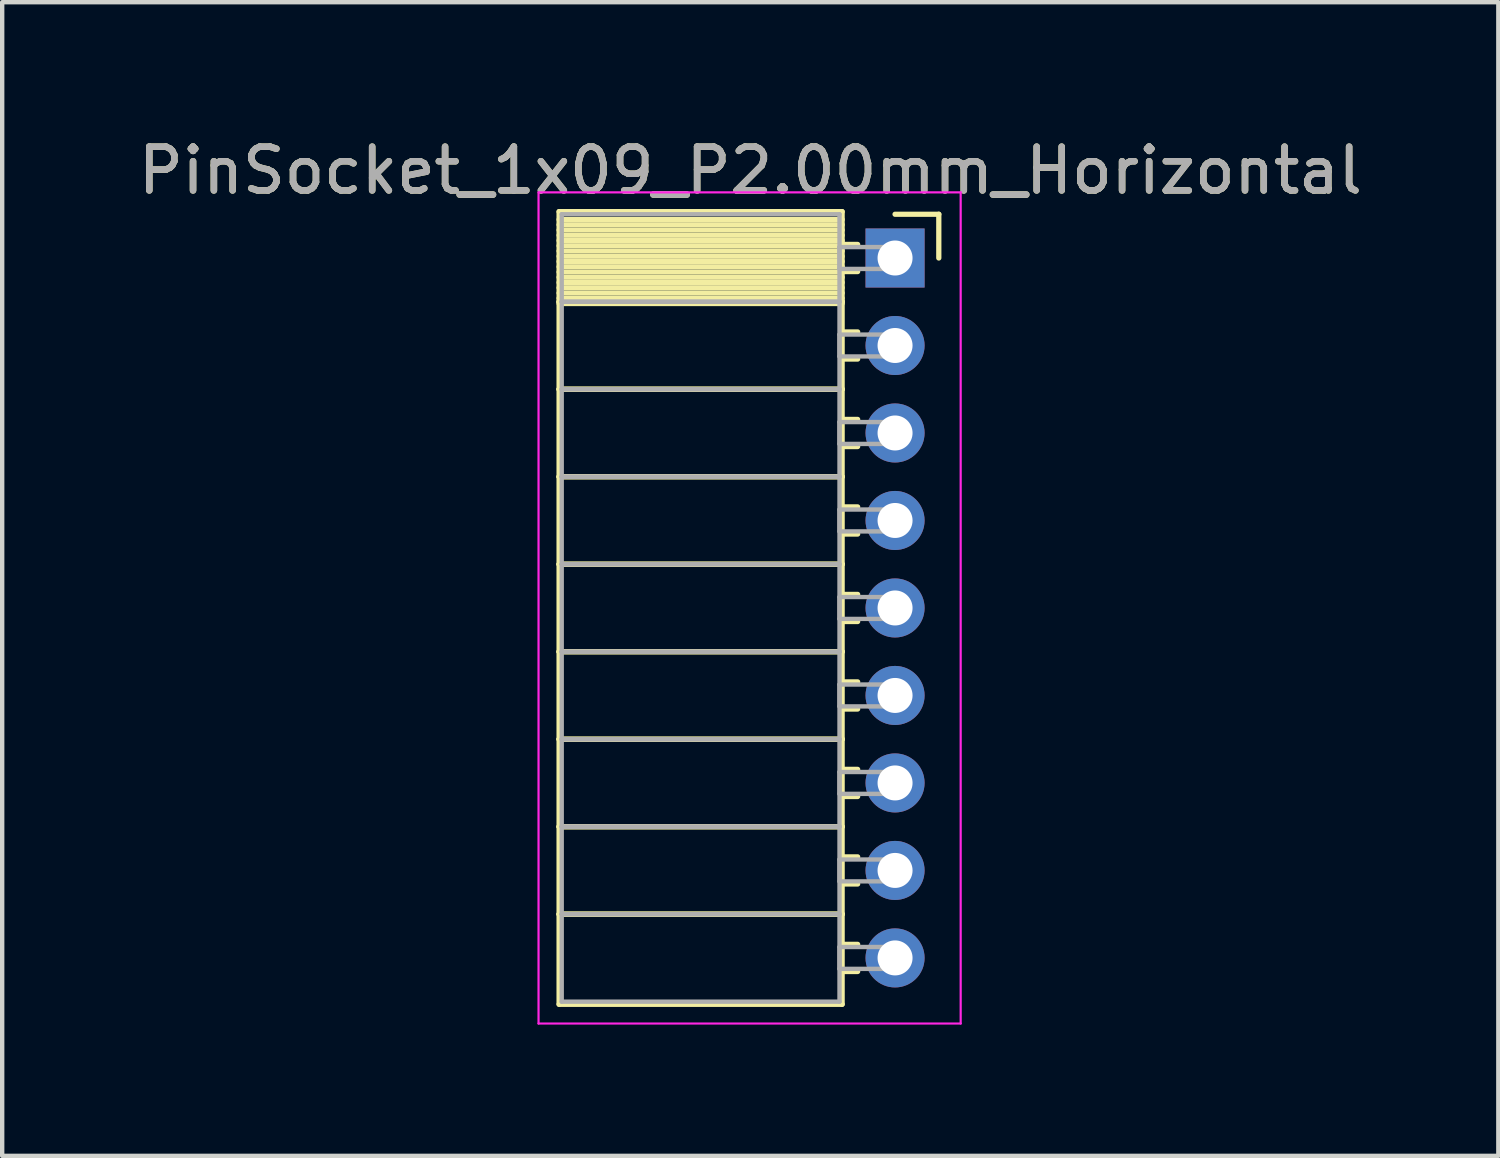
<source format=kicad_pcb>
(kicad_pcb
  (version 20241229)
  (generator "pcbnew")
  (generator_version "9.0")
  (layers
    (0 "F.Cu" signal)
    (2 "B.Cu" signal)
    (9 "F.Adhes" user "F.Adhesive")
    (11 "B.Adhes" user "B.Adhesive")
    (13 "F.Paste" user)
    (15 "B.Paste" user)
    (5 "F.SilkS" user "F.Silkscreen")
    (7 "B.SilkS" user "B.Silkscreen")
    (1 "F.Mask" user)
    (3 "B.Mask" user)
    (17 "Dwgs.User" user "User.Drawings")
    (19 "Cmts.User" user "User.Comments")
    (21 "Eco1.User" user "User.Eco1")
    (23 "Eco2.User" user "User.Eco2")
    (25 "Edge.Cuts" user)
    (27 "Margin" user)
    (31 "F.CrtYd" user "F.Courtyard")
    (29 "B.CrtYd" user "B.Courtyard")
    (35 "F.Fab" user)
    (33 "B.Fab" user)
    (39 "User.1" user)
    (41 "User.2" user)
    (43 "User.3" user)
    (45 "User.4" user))
  (footprint "PinSocket_1x09_P2.00mm_Horizontal"
    (layer "F.Cu")
    (at 17.411 2.848)
    (property "Reference" "PinSocket_1x09_P2.00mm_Horizontal" (at -3.31 -2 0) (layer "F.SilkS") (effects (font (size 1 1) (thickness 0.15))))
    (attr through_hole)
    (fp_line (start -7.68 -1.06) (end -1.21 -1.06) (stroke (width 0.12) (type solid)) (layer "F.SilkS"))
    (fp_line (start -7.68 1) (end -7.68 -1.06) (stroke (width 0.12) (type solid)) (layer "F.SilkS"))
    (fp_line (start -7.68 1) (end -1.21 1) (stroke (width 0.12) (type solid)) (layer "F.SilkS"))
    (fp_line (start -7.68 3) (end -7.68 1) (stroke (width 0.12) (type solid)) (layer "F.SilkS"))
    (fp_line (start -7.68 3) (end -1.21 3) (stroke (width 0.12) (type solid)) (layer "F.SilkS"))
    (fp_line (start -7.68 5) (end -7.68 3) (stroke (width 0.12) (type solid)) (layer "F.SilkS"))
    (fp_line (start -7.68 5) (end -1.21 5) (stroke (width 0.12) (type solid)) (layer "F.SilkS"))
    (fp_line (start -7.68 7) (end -7.68 5) (stroke (width 0.12) (type solid)) (layer "F.SilkS"))
    (fp_line (start -7.68 7) (end -1.21 7) (stroke (width 0.12) (type solid)) (layer "F.SilkS"))
    (fp_line (start -7.68 9) (end -7.68 7) (stroke (width 0.12) (type solid)) (layer "F.SilkS"))
    (fp_line (start -7.68 9) (end -1.21 9) (stroke (width 0.12) (type solid)) (layer "F.SilkS"))
    (fp_line (start -7.68 11) (end -7.68 9) (stroke (width 0.12) (type solid)) (layer "F.SilkS"))
    (fp_line (start -7.68 11) (end -1.21 11) (stroke (width 0.12) (type solid)) (layer "F.SilkS"))
    (fp_line (start -7.68 13) (end -7.68 11) (stroke (width 0.12) (type solid)) (layer "F.SilkS"))
    (fp_line (start -7.68 13) (end -1.21 13) (stroke (width 0.12) (type solid)) (layer "F.SilkS"))
    (fp_line (start -7.68 15) (end -7.68 13) (stroke (width 0.12) (type solid)) (layer "F.SilkS"))
    (fp_line (start -7.68 15) (end -1.21 15) (stroke (width 0.12) (type solid)) (layer "F.SilkS"))
    (fp_line (start -7.68 17.06) (end -7.68 15) (stroke (width 0.12) (type solid)) (layer "F.SilkS"))
    (fp_line (start -1.21 -1.06) (end -1.21 1) (stroke (width 0.12) (type solid)) (layer "F.SilkS"))
    (fp_line (start -1.21 -0.88) (end -7.68 -0.88) (stroke (width 0.12) (type solid)) (layer "F.SilkS"))
    (fp_line (start -1.21 -0.76) (end -7.68 -0.76) (stroke (width 0.12) (type solid)) (layer "F.SilkS"))
    (fp_line (start -1.21 -0.64) (end -7.68 -0.64) (stroke (width 0.12) (type solid)) (layer "F.SilkS"))
    (fp_line (start -1.21 -0.52) (end -7.68 -0.52) (stroke (width 0.12) (type solid)) (layer "F.SilkS"))
    (fp_line (start -1.21 -0.4) (end -7.68 -0.4) (stroke (width 0.12) (type solid)) (layer "F.SilkS"))
    (fp_line (start -1.21 -0.28) (end -7.68 -0.28) (stroke (width 0.12) (type solid)) (layer "F.SilkS"))
    (fp_line (start -1.21 -0.16) (end -7.68 -0.16) (stroke (width 0.12) (type solid)) (layer "F.SilkS"))
    (fp_line (start -1.21 -0.04) (end -7.68 -0.04) (stroke (width 0.12) (type solid)) (layer "F.SilkS"))
    (fp_line (start -1.21 0.08) (end -7.68 0.08) (stroke (width 0.12) (type solid)) (layer "F.SilkS"))
    (fp_line (start -1.21 0.2) (end -7.68 0.2) (stroke (width 0.12) (type solid)) (layer "F.SilkS"))
    (fp_line (start -1.21 0.32) (end -7.68 0.32) (stroke (width 0.12) (type solid)) (layer "F.SilkS"))
    (fp_line (start -1.21 0.44) (end -7.68 0.44) (stroke (width 0.12) (type solid)) (layer "F.SilkS"))
    (fp_line (start -1.21 0.56) (end -7.68 0.56) (stroke (width 0.12) (type solid)) (layer "F.SilkS"))
    (fp_line (start -1.21 0.68) (end -7.68 0.68) (stroke (width 0.12) (type solid)) (layer "F.SilkS"))
    (fp_line (start -1.21 0.8) (end -7.68 0.8) (stroke (width 0.12) (type solid)) (layer "F.SilkS"))
    (fp_line (start -1.21 0.92) (end -7.68 0.92) (stroke (width 0.12) (type solid)) (layer "F.SilkS"))
    (fp_line (start -1.21 1) (end -7.68 1) (stroke (width 0.12) (type solid)) (layer "F.SilkS"))
    (fp_line (start -1.21 1) (end -1.21 3) (stroke (width 0.12) (type solid)) (layer "F.SilkS"))
    (fp_line (start -1.21 1.04) (end -7.68 1.04) (stroke (width 0.12) (type solid)) (layer "F.SilkS"))
    (fp_line (start -1.21 3) (end -7.68 3) (stroke (width 0.12) (type solid)) (layer "F.SilkS"))
    (fp_line (start -1.21 3) (end -1.21 5) (stroke (width 0.12) (type solid)) (layer "F.SilkS"))
    (fp_line (start -1.21 5) (end -7.68 5) (stroke (width 0.12) (type solid)) (layer "F.SilkS"))
    (fp_line (start -1.21 5) (end -1.21 7) (stroke (width 0.12) (type solid)) (layer "F.SilkS"))
    (fp_line (start -1.21 7) (end -7.68 7) (stroke (width 0.12) (type solid)) (layer "F.SilkS"))
    (fp_line (start -1.21 7) (end -1.21 9) (stroke (width 0.12) (type solid)) (layer "F.SilkS"))
    (fp_line (start -1.21 9) (end -7.68 9) (stroke (width 0.12) (type solid)) (layer "F.SilkS"))
    (fp_line (start -1.21 9) (end -1.21 11) (stroke (width 0.12) (type solid)) (layer "F.SilkS"))
    (fp_line (start -1.21 11) (end -7.68 11) (stroke (width 0.12) (type solid)) (layer "F.SilkS"))
    (fp_line (start -1.21 11) (end -1.21 13) (stroke (width 0.12) (type solid)) (layer "F.SilkS"))
    (fp_line (start -1.21 13) (end -7.68 13) (stroke (width 0.12) (type solid)) (layer "F.SilkS"))
    (fp_line (start -1.21 13) (end -1.21 15) (stroke (width 0.12) (type solid)) (layer "F.SilkS"))
    (fp_line (start -1.21 15) (end -7.68 15) (stroke (width 0.12) (type solid)) (layer "F.SilkS"))
    (fp_line (start -1.21 15) (end -1.21 17.06) (stroke (width 0.12) (type solid)) (layer "F.SilkS"))
    (fp_line (start -1.21 17.06) (end -7.68 17.06) (stroke (width 0.12) (type solid)) (layer "F.SilkS"))
    (fp_line (start -0.855 -0.31) (end -1.21 -0.31) (stroke (width 0.12) (type solid)) (layer "F.SilkS"))
    (fp_line (start -0.855 0.31) (end -1.21 0.31) (stroke (width 0.12) (type solid)) (layer "F.SilkS"))
    (fp_line (start -0.855 1.69) (end -1.21 1.69) (stroke (width 0.12) (type solid)) (layer "F.SilkS"))
    (fp_line (start -0.855 2.31) (end -1.21 2.31) (stroke (width 0.12) (type solid)) (layer "F.SilkS"))
    (fp_line (start -0.855 3.69) (end -1.21 3.69) (stroke (width 0.12) (type solid)) (layer "F.SilkS"))
    (fp_line (start -0.855 4.31) (end -1.21 4.31) (stroke (width 0.12) (type solid)) (layer "F.SilkS"))
    (fp_line (start -0.855 5.69) (end -1.21 5.69) (stroke (width 0.12) (type solid)) (layer "F.SilkS"))
    (fp_line (start -0.855 6.31) (end -1.21 6.31) (stroke (width 0.12) (type solid)) (layer "F.SilkS"))
    (fp_line (start -0.855 7.69) (end -1.21 7.69) (stroke (width 0.12) (type solid)) (layer "F.SilkS"))
    (fp_line (start -0.855 8.31) (end -1.21 8.31) (stroke (width 0.12) (type solid)) (layer "F.SilkS"))
    (fp_line (start -0.855 9.69) (end -1.21 9.69) (stroke (width 0.12) (type solid)) (layer "F.SilkS"))
    (fp_line (start -0.855 10.31) (end -1.21 10.31) (stroke (width 0.12) (type solid)) (layer "F.SilkS"))
    (fp_line (start -0.855 11.69) (end -1.21 11.69) (stroke (width 0.12) (type solid)) (layer "F.SilkS"))
    (fp_line (start -0.855 12.31) (end -1.21 12.31) (stroke (width 0.12) (type solid)) (layer "F.SilkS"))
    (fp_line (start -0.855 13.69) (end -1.21 13.69) (stroke (width 0.12) (type solid)) (layer "F.SilkS"))
    (fp_line (start -0.855 14.31) (end -1.21 14.31) (stroke (width 0.12) (type solid)) (layer "F.SilkS"))
    (fp_line (start -0.855 15.69) (end -1.21 15.69) (stroke (width 0.12) (type solid)) (layer "F.SilkS"))
    (fp_line (start -0.855 16.31) (end -1.21 16.31) (stroke (width 0.12) (type solid)) (layer "F.SilkS"))
    (fp_line (start 0 -1) (end 1 -1) (stroke (width 0.12) (type solid)) (layer "F.SilkS"))
    (fp_line (start 1 -1) (end 1 0) (stroke (width 0.12) (type solid)) (layer "F.SilkS"))
    (fp_line (start -8.15 -1.5) (end 1.5 -1.5) (stroke (width 0.05) (type solid)) (layer "F.CrtYd"))
    (fp_line (start -8.15 17.5) (end -8.15 -1.5) (stroke (width 0.05) (type solid)) (layer "F.CrtYd"))
    (fp_line (start 1.5 -1.5) (end 1.5 17.5) (stroke (width 0.05) (type solid)) (layer "F.CrtYd"))
    (fp_line (start 1.5 17.5) (end -8.15 17.5) (stroke (width 0.05) (type solid)) (layer "F.CrtYd"))
    (fp_line (start -7.62 -1) (end -1.27 -1) (stroke (width 0.1) (type solid)) (layer "F.Fab"))
    (fp_line (start -7.62 1) (end -7.62 -1) (stroke (width 0.1) (type solid)) (layer "F.Fab"))
    (fp_line (start -7.62 1) (end -1.27 1) (stroke (width 0.1) (type solid)) (layer "F.Fab"))
    (fp_line (start -7.62 3) (end -7.62 1) (stroke (width 0.1) (type solid)) (layer "F.Fab"))
    (fp_line (start -7.62 3) (end -1.27 3) (stroke (width 0.1) (type solid)) (layer "F.Fab"))
    (fp_line (start -7.62 5) (end -7.62 3) (stroke (width 0.1) (type solid)) (layer "F.Fab"))
    (fp_line (start -7.62 5) (end -1.27 5) (stroke (width 0.1) (type solid)) (layer "F.Fab"))
    (fp_line (start -7.62 7) (end -7.62 5) (stroke (width 0.1) (type solid)) (layer "F.Fab"))
    (fp_line (start -7.62 7) (end -1.27 7) (stroke (width 0.1) (type solid)) (layer "F.Fab"))
    (fp_line (start -7.62 9) (end -7.62 7) (stroke (width 0.1) (type solid)) (layer "F.Fab"))
    (fp_line (start -7.62 9) (end -1.27 9) (stroke (width 0.1) (type solid)) (layer "F.Fab"))
    (fp_line (start -7.62 11) (end -7.62 9) (stroke (width 0.1) (type solid)) (layer "F.Fab"))
    (fp_line (start -7.62 11) (end -1.27 11) (stroke (width 0.1) (type solid)) (layer "F.Fab"))
    (fp_line (start -7.62 13) (end -7.62 11) (stroke (width 0.1) (type solid)) (layer "F.Fab"))
    (fp_line (start -7.62 13) (end -1.27 13) (stroke (width 0.1) (type solid)) (layer "F.Fab"))
    (fp_line (start -7.62 15) (end -7.62 13) (stroke (width 0.1) (type solid)) (layer "F.Fab"))
    (fp_line (start -7.62 15) (end -1.27 15) (stroke (width 0.1) (type solid)) (layer "F.Fab"))
    (fp_line (start -7.62 17) (end -7.62 15) (stroke (width 0.1) (type solid)) (layer "F.Fab"))
    (fp_line (start -1.27 -1) (end -1.27 1) (stroke (width 0.1) (type solid)) (layer "F.Fab"))
    (fp_line (start -1.27 -0.25) (end 0 -0.25) (stroke (width 0.1) (type solid)) (layer "F.Fab"))
    (fp_line (start -1.27 0.25) (end -1.27 -0.25) (stroke (width 0.1) (type solid)) (layer "F.Fab"))
    (fp_line (start -1.27 1) (end -7.62 1) (stroke (width 0.1) (type solid)) (layer "F.Fab"))
    (fp_line (start -1.27 1) (end -1.27 3) (stroke (width 0.1) (type solid)) (layer "F.Fab"))
    (fp_line (start -1.27 1.75) (end 0 1.75) (stroke (width 0.1) (type solid)) (layer "F.Fab"))
    (fp_line (start -1.27 2.25) (end -1.27 1.75) (stroke (width 0.1) (type solid)) (layer "F.Fab"))
    (fp_line (start -1.27 3) (end -7.62 3) (stroke (width 0.1) (type solid)) (layer "F.Fab"))
    (fp_line (start -1.27 3) (end -1.27 5) (stroke (width 0.1) (type solid)) (layer "F.Fab"))
    (fp_line (start -1.27 3.75) (end 0 3.75) (stroke (width 0.1) (type solid)) (layer "F.Fab"))
    (fp_line (start -1.27 4.25) (end -1.27 3.75) (stroke (width 0.1) (type solid)) (layer "F.Fab"))
    (fp_line (start -1.27 5) (end -7.62 5) (stroke (width 0.1) (type solid)) (layer "F.Fab"))
    (fp_line (start -1.27 5) (end -1.27 7) (stroke (width 0.1) (type solid)) (layer "F.Fab"))
    (fp_line (start -1.27 5.75) (end 0 5.75) (stroke (width 0.1) (type solid)) (layer "F.Fab"))
    (fp_line (start -1.27 6.25) (end -1.27 5.75) (stroke (width 0.1) (type solid)) (layer "F.Fab"))
    (fp_line (start -1.27 7) (end -7.62 7) (stroke (width 0.1) (type solid)) (layer "F.Fab"))
    (fp_line (start -1.27 7) (end -1.27 9) (stroke (width 0.1) (type solid)) (layer "F.Fab"))
    (fp_line (start -1.27 7.75) (end 0 7.75) (stroke (width 0.1) (type solid)) (layer "F.Fab"))
    (fp_line (start -1.27 8.25) (end -1.27 7.75) (stroke (width 0.1) (type solid)) (layer "F.Fab"))
    (fp_line (start -1.27 9) (end -7.62 9) (stroke (width 0.1) (type solid)) (layer "F.Fab"))
    (fp_line (start -1.27 9) (end -1.27 11) (stroke (width 0.1) (type solid)) (layer "F.Fab"))
    (fp_line (start -1.27 9.75) (end 0 9.75) (stroke (width 0.1) (type solid)) (layer "F.Fab"))
    (fp_line (start -1.27 10.25) (end -1.27 9.75) (stroke (width 0.1) (type solid)) (layer "F.Fab"))
    (fp_line (start -1.27 11) (end -7.62 11) (stroke (width 0.1) (type solid)) (layer "F.Fab"))
    (fp_line (start -1.27 11) (end -1.27 13) (stroke (width 0.1) (type solid)) (layer "F.Fab"))
    (fp_line (start -1.27 11.75) (end 0 11.75) (stroke (width 0.1) (type solid)) (layer "F.Fab"))
    (fp_line (start -1.27 12.25) (end -1.27 11.75) (stroke (width 0.1) (type solid)) (layer "F.Fab"))
    (fp_line (start -1.27 13) (end -7.62 13) (stroke (width 0.1) (type solid)) (layer "F.Fab"))
    (fp_line (start -1.27 13) (end -1.27 15) (stroke (width 0.1) (type solid)) (layer "F.Fab"))
    (fp_line (start -1.27 13.75) (end 0 13.75) (stroke (width 0.1) (type solid)) (layer "F.Fab"))
    (fp_line (start -1.27 14.25) (end -1.27 13.75) (stroke (width 0.1) (type solid)) (layer "F.Fab"))
    (fp_line (start -1.27 15) (end -7.62 15) (stroke (width 0.1) (type solid)) (layer "F.Fab"))
    (fp_line (start -1.27 15) (end -1.27 17) (stroke (width 0.1) (type solid)) (layer "F.Fab"))
    (fp_line (start -1.27 15.75) (end 0 15.75) (stroke (width 0.1) (type solid)) (layer "F.Fab"))
    (fp_line (start -1.27 16.25) (end -1.27 15.75) (stroke (width 0.1) (type solid)) (layer "F.Fab"))
    (fp_line (start -1.27 17) (end -7.62 17) (stroke (width 0.1) (type solid)) (layer "F.Fab"))
    (fp_line (start 0 -0.25) (end 0 0.25) (stroke (width 0.1) (type solid)) (layer "F.Fab"))
    (fp_line (start 0 0.25) (end -1.27 0.25) (stroke (width 0.1) (type solid)) (layer "F.Fab"))
    (fp_line (start 0 1.75) (end 0 2.25) (stroke (width 0.1) (type solid)) (layer "F.Fab"))
    (fp_line (start 0 2.25) (end -1.27 2.25) (stroke (width 0.1) (type solid)) (layer "F.Fab"))
    (fp_line (start 0 3.75) (end 0 4.25) (stroke (width 0.1) (type solid)) (layer "F.Fab"))
    (fp_line (start 0 4.25) (end -1.27 4.25) (stroke (width 0.1) (type solid)) (layer "F.Fab"))
    (fp_line (start 0 5.75) (end 0 6.25) (stroke (width 0.1) (type solid)) (layer "F.Fab"))
    (fp_line (start 0 6.25) (end -1.27 6.25) (stroke (width 0.1) (type solid)) (layer "F.Fab"))
    (fp_line (start 0 7.75) (end 0 8.25) (stroke (width 0.1) (type solid)) (layer "F.Fab"))
    (fp_line (start 0 8.25) (end -1.27 8.25) (stroke (width 0.1) (type solid)) (layer "F.Fab"))
    (fp_line (start 0 9.75) (end 0 10.25) (stroke (width 0.1) (type solid)) (layer "F.Fab"))
    (fp_line (start 0 10.25) (end -1.27 10.25) (stroke (width 0.1) (type solid)) (layer "F.Fab"))
    (fp_line (start 0 11.75) (end 0 12.25) (stroke (width 0.1) (type solid)) (layer "F.Fab"))
    (fp_line (start 0 12.25) (end -1.27 12.25) (stroke (width 0.1) (type solid)) (layer "F.Fab"))
    (fp_line (start 0 13.75) (end 0 14.25) (stroke (width 0.1) (type solid)) (layer "F.Fab"))
    (fp_line (start 0 14.25) (end -1.27 14.25) (stroke (width 0.1) (type solid)) (layer "F.Fab"))
    (fp_line (start 0 15.75) (end 0 16.25) (stroke (width 0.1) (type solid)) (layer "F.Fab"))
    (fp_line (start 0 16.25) (end -1.27 16.25) (stroke (width 0.1) (type solid)) (layer "F.Fab"))
    (fp_text user "${REFERENCE}" (at -3.31 -2 0) (layer "F.Fab") (effects (font (size 1 1) (thickness 0.15))))
    (pad "1" thru_hole rect (at 0 0) (size 1.35 1.35) (drill 0.8) (layers "*.Cu" "*.Mask"))
    (pad "2" thru_hole oval (at 0 2) (size 1.35 1.35) (drill 0.8) (layers "*.Cu" "*.Mask"))
    (pad "3" thru_hole oval (at 0 4) (size 1.35 1.35) (drill 0.8) (layers "*.Cu" "*.Mask"))
    (pad "4" thru_hole oval (at 0 6) (size 1.35 1.35) (drill 0.8) (layers "*.Cu" "*.Mask"))
    (pad "5" thru_hole oval (at 0 8) (size 1.35 1.35) (drill 0.8) (layers "*.Cu" "*.Mask"))
    (pad "6" thru_hole oval (at 0 10) (size 1.35 1.35) (drill 0.8) (layers "*.Cu" "*.Mask"))
    (pad "7" thru_hole oval (at 0 12) (size 1.35 1.35) (drill 0.8) (layers "*.Cu" "*.Mask"))
    (pad "8" thru_hole oval (at 0 14) (size 1.35 1.35) (drill 0.8) (layers "*.Cu" "*.Mask"))
    (pad "9" thru_hole oval (at 0 16) (size 1.35 1.35) (drill 0.8) (layers "*.Cu" "*.Mask")))
  (gr_rect
    (start -3 -3)
    (end 31.202 23.373)
    (stroke (width 0.1) (type default))
    (fill no)
    (layer "Edge.Cuts")))
</source>
